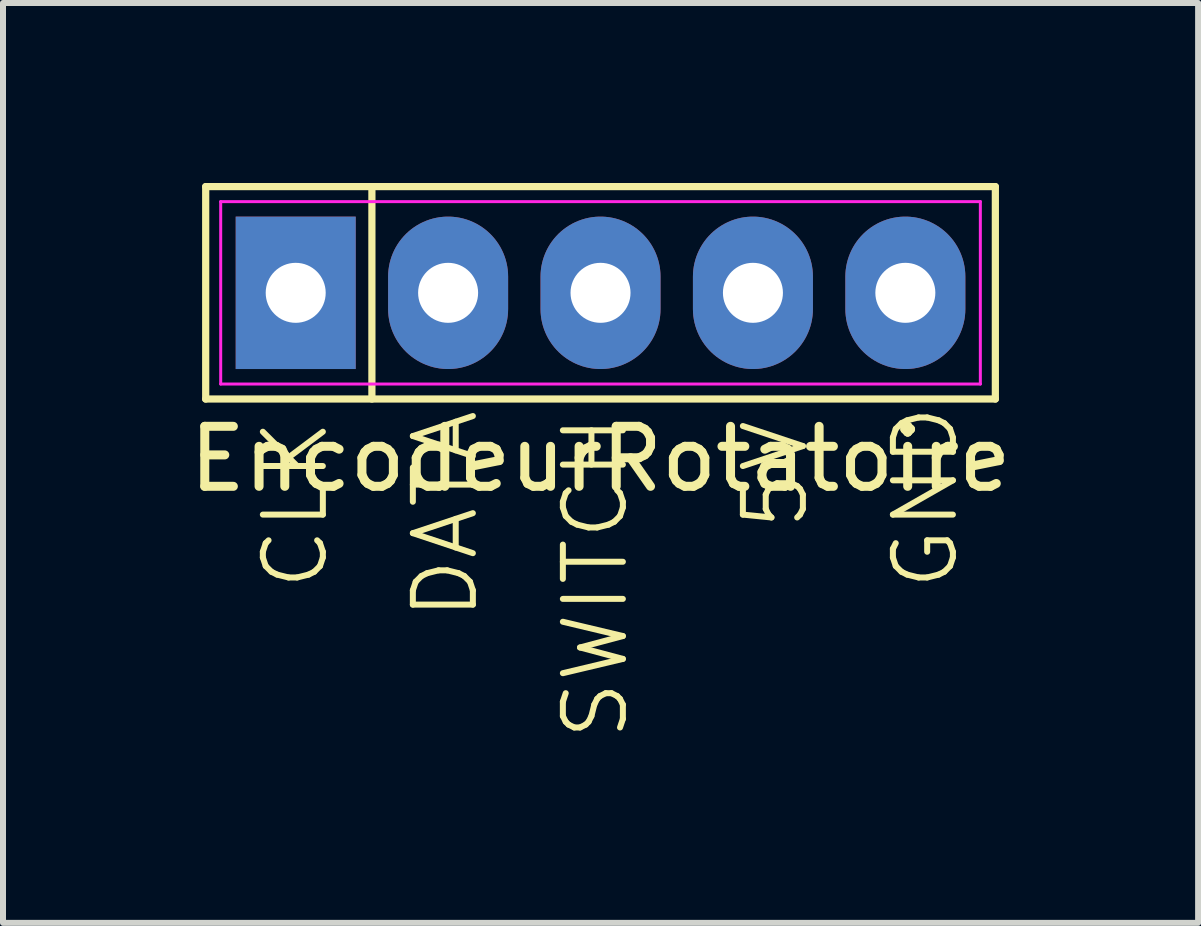
<source format=kicad_pcb>
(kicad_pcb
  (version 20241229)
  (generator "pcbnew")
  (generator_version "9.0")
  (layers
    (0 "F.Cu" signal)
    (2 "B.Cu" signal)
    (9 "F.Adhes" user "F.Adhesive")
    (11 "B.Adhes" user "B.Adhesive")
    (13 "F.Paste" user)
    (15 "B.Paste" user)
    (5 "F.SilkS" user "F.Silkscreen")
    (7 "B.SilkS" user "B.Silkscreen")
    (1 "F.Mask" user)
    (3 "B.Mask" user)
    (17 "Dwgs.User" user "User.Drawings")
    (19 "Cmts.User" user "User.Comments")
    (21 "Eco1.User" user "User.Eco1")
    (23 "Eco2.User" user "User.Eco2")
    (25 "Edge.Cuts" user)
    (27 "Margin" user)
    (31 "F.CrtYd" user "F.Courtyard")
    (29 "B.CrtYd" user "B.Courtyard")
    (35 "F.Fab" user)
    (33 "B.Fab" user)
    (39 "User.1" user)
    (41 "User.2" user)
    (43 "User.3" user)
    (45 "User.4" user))
  (footprint "EncodeurRotatoire"
    (layer "F.Cu")
    (at 6.958 1.83)
    (property "Reference" "EncodeurRotatoire" (at 0 2.77 0) (layer "F.SilkS") (effects (font (size 1 1) (thickness 0.15))))
    (attr through_hole)
    (fp_line (start -6.58 -1.77) (end 6.58 -1.77) (stroke (width 0.12) (type default)) (layer "F.SilkS"))
    (fp_line (start -6.58 1.77) (end -6.58 -1.77) (stroke (width 0.12) (type default)) (layer "F.SilkS"))
    (fp_line (start -3.81 -1.77) (end -3.81 1.77) (stroke (width 0.12) (type default)) (layer "F.SilkS"))
    (fp_line (start 6.58 -1.77) (end 6.58 1.77) (stroke (width 0.12) (type default)) (layer "F.SilkS"))
    (fp_line (start 6.58 1.77) (end -6.58 1.77) (stroke (width 0.12) (type default)) (layer "F.SilkS"))
    (fp_line (start -6.33 -1.52) (end 6.33 -1.52) (stroke (width 0.05) (type default)) (layer "F.CrtYd"))
    (fp_line (start -6.33 1.52) (end -6.33 -1.52) (stroke (width 0.05) (type default)) (layer "F.CrtYd"))
    (fp_line (start 6.33 -1.52) (end 6.33 1.52) (stroke (width 0.05) (type default)) (layer "F.CrtYd"))
    (fp_line (start 6.33 1.52) (end -6.33 1.52) (stroke (width 0.05) (type default)) (layer "F.CrtYd"))
    (fp_text user "CLK" (at -4.5 5 90) (unlocked yes) (layer "F.SilkS") (effects (font (size 1 1) (thickness 0.1)) (justify left bottom)))
    (fp_text user "SWITCH" (at 0.5 7.5 90) (unlocked yes) (layer "F.SilkS") (effects (font (size 1 1) (thickness 0.1)) (justify left bottom)))
    (fp_text user "GND" (at 6 5 90) (unlocked yes) (layer "F.SilkS") (effects (font (size 1 1) (thickness 0.1)) (justify left bottom)))
    (fp_text user "5V" (at 3.5 4 90) (unlocked yes) (layer "F.SilkS") (effects (font (size 1 1) (thickness 0.1)) (justify left bottom)))
    (fp_text user "DATA" (at -2 5.5 90) (unlocked yes) (layer "F.SilkS") (effects (font (size 1 1) (thickness 0.1)) (justify left bottom)))
    (pad "1" thru_hole rect (at -5.08 0) (size 2 2.54) (drill 1) (layers "*.Cu" "*.Mask"))
    (pad "2" thru_hole oval (at -2.54 0) (size 2 2.54) (drill 1) (layers "*.Cu" "*.Mask"))
    (pad "3" thru_hole oval (at 0 0) (size 2 2.54) (drill 1) (layers "*.Cu" "*.Mask"))
    (pad "4" thru_hole oval (at 2.54 0) (size 2 2.54) (drill 1) (layers "*.Cu" "*.Mask"))
    (pad "5" thru_hole oval (at 5.08 0) (size 2 2.54) (drill 1) (layers "*.Cu" "*.Mask")))
  (gr_rect
    (start -3 -3)
    (end 16.917 12.33)
    (stroke (width 0.1) (type default))
    (fill no)
    (layer "Edge.Cuts")))
</source>
